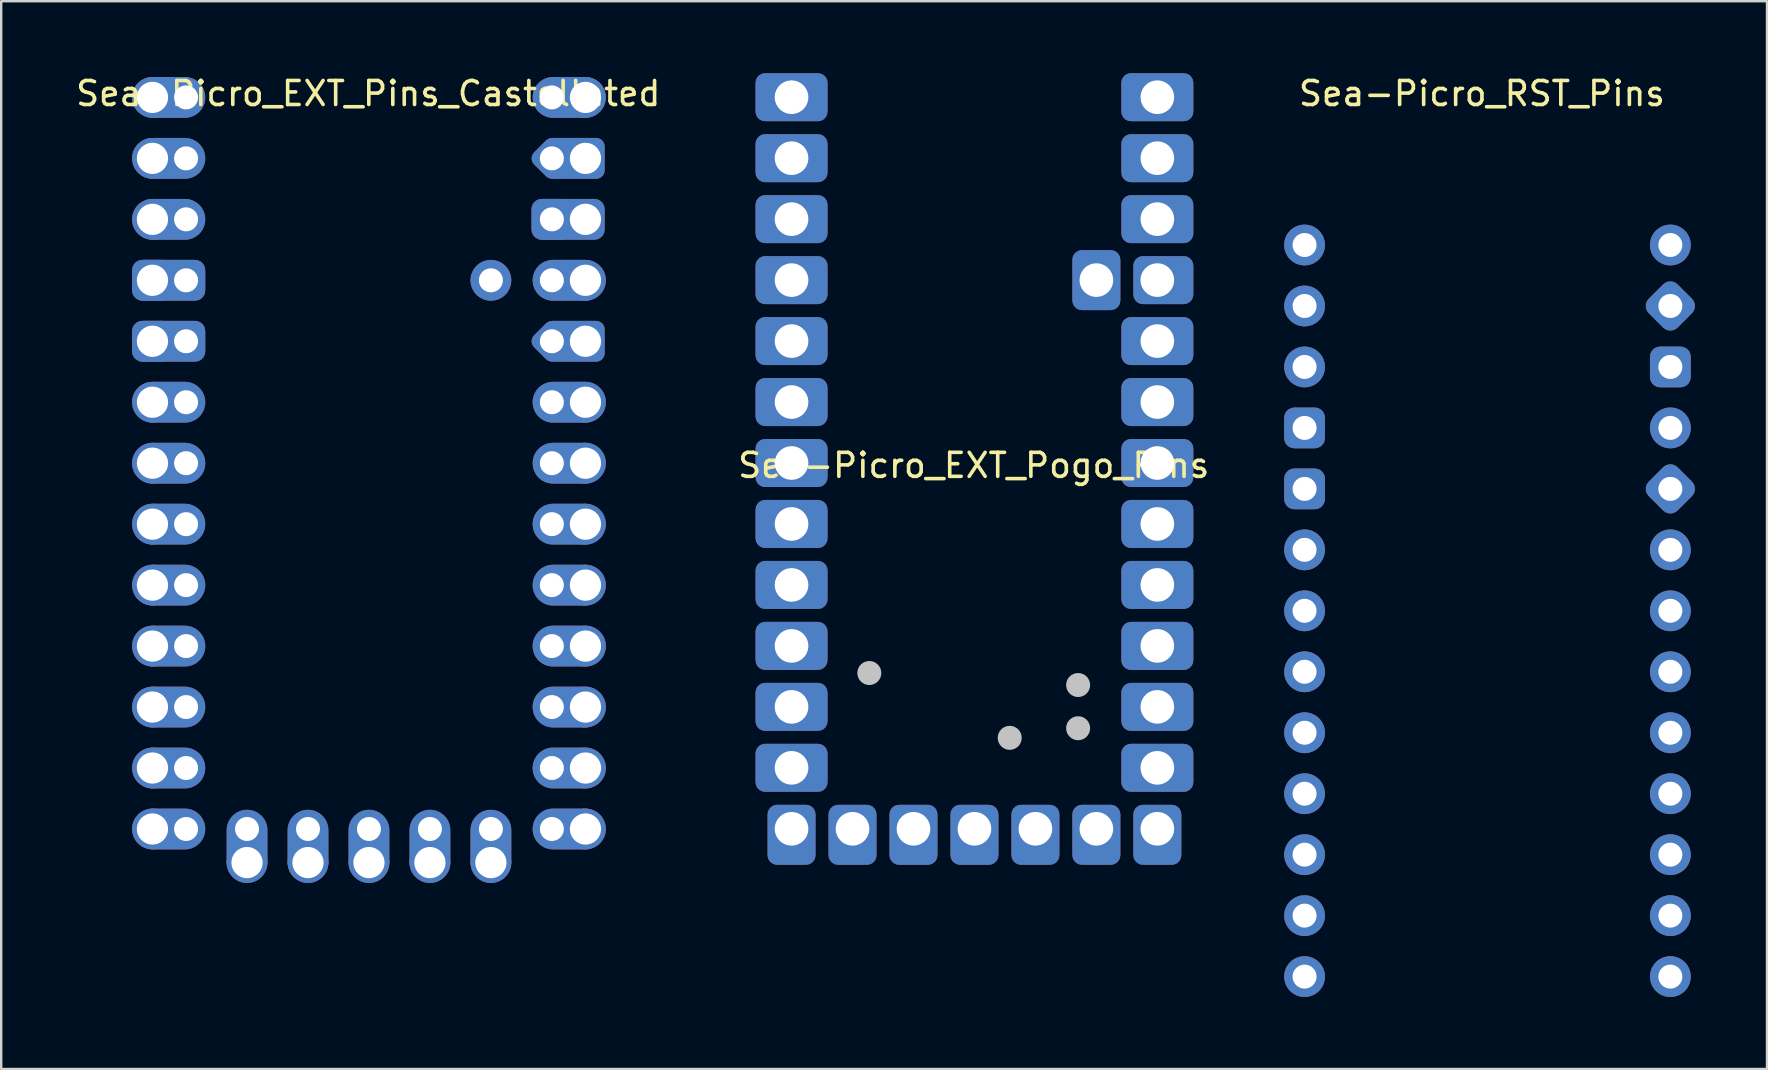
<source format=kicad_pcb>
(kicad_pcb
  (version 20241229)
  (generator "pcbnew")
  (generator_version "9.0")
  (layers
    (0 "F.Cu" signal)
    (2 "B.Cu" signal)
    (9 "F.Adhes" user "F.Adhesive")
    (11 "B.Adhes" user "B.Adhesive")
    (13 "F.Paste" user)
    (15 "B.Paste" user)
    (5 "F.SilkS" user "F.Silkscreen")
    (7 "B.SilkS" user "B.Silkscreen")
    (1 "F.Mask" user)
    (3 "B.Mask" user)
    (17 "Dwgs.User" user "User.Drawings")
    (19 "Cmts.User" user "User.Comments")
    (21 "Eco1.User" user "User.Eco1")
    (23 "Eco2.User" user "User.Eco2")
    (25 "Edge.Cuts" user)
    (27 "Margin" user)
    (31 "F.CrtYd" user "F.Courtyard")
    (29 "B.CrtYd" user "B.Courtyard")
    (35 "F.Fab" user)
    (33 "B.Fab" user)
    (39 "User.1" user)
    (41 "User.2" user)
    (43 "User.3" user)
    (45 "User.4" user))
  (footprint "Sea-Picro_RST_Pins"
    (layer "F.Cu")
    (at 58.892 22.398)
    (property "Reference" "Sea-Picro_RST_Pins" (at -0.2 -21.55 0) (unlocked yes) (layer "F.SilkS") (effects (font (size 1 1) (thickness 0.15))))
    (attr through_hole)
    (pad "1" thru_hole circle (at -7.59 -15.24) (size 1.7 1.7) (drill 1) (layers "*.Cu" "*.Mask"))
    (pad "2" thru_hole circle (at -7.59 -12.7 180) (size 1.7 1.7) (drill 1) (layers "*.Cu" "*.Mask"))
    (pad "3" thru_hole circle (at -7.59 -10.16 180) (size 1.7 1.7) (drill 1) (layers "*.Cu" "*.Mask"))
    (pad "4" thru_hole roundrect (at -7.59 -7.62 180) (size 1.7 1.7) (drill 1) (layers "*.Cu" "*.Mask") (roundrect_rratio 0.25))
    (pad "5" thru_hole roundrect (at -7.59 -5.08 180) (size 1.7 1.7) (drill 1) (layers "*.Cu" "*.Mask") (roundrect_rratio 0.25))
    (pad "6" thru_hole circle (at -7.59 -2.54 180) (size 1.7 1.7) (drill 1) (layers "*.Cu" "*.Mask"))
    (pad "7" thru_hole circle (at -7.59 0 180) (size 1.7 1.7) (drill 1) (layers "*.Cu" "*.Mask"))
    (pad "8" thru_hole circle (at -7.59 2.54 180) (size 1.7 1.7) (drill 1) (layers "*.Cu" "*.Mask"))
    (pad "9" thru_hole circle (at -7.59 5.08 180) (size 1.7 1.7) (drill 1) (layers "*.Cu" "*.Mask"))
    (pad "10" thru_hole circle (at -7.59 7.62 180) (size 1.7 1.7) (drill 1) (layers "*.Cu" "*.Mask"))
    (pad "11" thru_hole circle (at -7.59 10.16 180) (size 1.7 1.7) (drill 1) (layers "*.Cu" "*.Mask"))
    (pad "12" thru_hole circle (at -7.59 12.7 180) (size 1.7 1.7) (drill 1) (layers "*.Cu" "*.Mask"))
    (pad "13" thru_hole circle (at -7.59 15.24 180) (size 1.7 1.7) (drill 1) (layers "*.Cu" "*.Mask"))
    (pad "19" thru_hole circle (at 7.65 15.24) (size 1.7 1.7) (drill 1) (layers "*.Cu" "*.Mask"))
    (pad "20" thru_hole circle (at 7.65 12.7) (size 1.7 1.7) (drill 1) (layers "*.Cu" "*.Mask"))
    (pad "21" thru_hole circle (at 7.65 10.16) (size 1.7 1.7) (drill 1) (layers "*.Cu" "*.Mask"))
    (pad "22" thru_hole circle (at 7.65 7.62) (size 1.7 1.7) (drill 1) (layers "*.Cu" "*.Mask"))
    (pad "23" thru_hole circle (at 7.65 5.08) (size 1.7 1.7) (drill 1) (layers "*.Cu" "*.Mask"))
    (pad "24" thru_hole circle (at 7.65 2.54) (size 1.7 1.7) (drill 1) (layers "*.Cu" "*.Mask"))
    (pad "25" thru_hole circle (at 7.65 0) (size 1.7 1.7) (drill 1) (layers "*.Cu" "*.Mask"))
    (pad "26" thru_hole circle (at 7.65 -2.54) (size 1.7 1.7) (drill 1) (layers "*.Cu" "*.Mask"))
    (pad "27" thru_hole roundrect (at 7.65 -5.08 45) (size 1.7 1.7) (drill 1) (layers "*.Cu" "*.Mask") (roundrect_rratio 0.25))
    (pad "28" thru_hole circle (at 7.65 -7.62) (size 1.7 1.7) (drill 1) (layers "*.Cu" "*.Mask"))
    (pad "29" thru_hole roundrect (at 7.65 -10.16) (size 1.7 1.7) (drill 1) (layers "*.Cu" "*.Mask") (roundrect_rratio 0.25))
    (pad "30" thru_hole roundrect (at 7.65 -12.7 45) (size 1.7 1.7) (drill 1) (layers "*.Cu" "*.Mask") (roundrect_rratio 0.25))
    (pad "31" thru_hole circle (at 7.65 -15.24) (size 1.7 1.7) (drill 1) (layers "*.Cu" "*.Mask")))
  (footprint "Sea-Picro_EXT_Pogo_Pins"
    (layer "F.Cu")
    (at 37.468 16.29)
    (property "Reference" "Sea-Picro_EXT_Pogo_Pins" (at 0.05 0.05 0) (unlocked yes) (layer "F.SilkS") (effects (font (size 1 1) (thickness 0.15))))
    (attr through_hole)
    (pad "" smd circle (at -4.3 8.7 180) (size 1 1) (layers "Dwgs.User"))
    (pad "" smd circle (at 1.55 11.4 90) (size 1 1) (layers "Dwgs.User"))
    (pad "" smd circle (at 4.4 9.2 180) (size 1 1) (layers "Dwgs.User"))
    (pad "" smd circle (at 4.4 11 90) (size 1 1) (layers "Dwgs.User"))
    (pad "1" thru_hole roundrect (at -7.54 -15.29) (size 3 2) (drill 1.4) (layers "*.Cu" "*.Mask") (roundrect_rratio 0.2))
    (pad "2" thru_hole roundrect (at -7.54 -12.75) (size 3 2) (drill 1.4) (layers "*.Cu" "*.Mask") (roundrect_rratio 0.2))
    (pad "3" thru_hole roundrect (at -7.54 -10.21) (size 3 2) (drill 1.4) (layers "*.Cu" "*.Mask") (roundrect_rratio 0.2))
    (pad "4" thru_hole roundrect (at -7.54 -7.67) (size 3 2) (drill 1.4) (layers "*.Cu" "*.Mask") (roundrect_rratio 0.2))
    (pad "5" thru_hole roundrect (at -7.54 -5.13) (size 3 2) (drill 1.4) (layers "*.Cu" "*.Mask") (roundrect_rratio 0.2))
    (pad "6" thru_hole roundrect (at -7.54 -2.59) (size 3 2) (drill 1.4) (layers "*.Cu" "*.Mask") (roundrect_rratio 0.2))
    (pad "7" thru_hole roundrect (at -7.54 -0.05) (size 3 2) (drill 1.4) (layers "*.Cu" "*.Mask") (roundrect_rratio 0.2))
    (pad "8" thru_hole roundrect (at -7.54 2.49) (size 3 2) (drill 1.4) (layers "*.Cu" "*.Mask") (roundrect_rratio 0.2))
    (pad "9" thru_hole roundrect (at -7.54 5.03) (size 3 2) (drill 1.4) (layers "*.Cu" "*.Mask") (roundrect_rratio 0.2))
    (pad "10" thru_hole roundrect (at -7.54 7.57) (size 3 2) (drill 1.4) (layers "*.Cu" "*.Mask") (roundrect_rratio 0.2))
    (pad "11" thru_hole roundrect (at -7.54 10.11) (size 3 2) (drill 1.4) (layers "*.Cu" "*.Mask") (roundrect_rratio 0.2))
    (pad "12" thru_hole roundrect (at -7.54 12.65) (size 3 2) (drill 1.4) (layers "*.Cu" "*.Mask") (roundrect_rratio 0.2))
    (pad "13" thru_hole roundrect (at -7.54 15.19 90) (size 2.5 2) (drill 1.4 (offset -0.25 0)) (layers "*.Cu" "*.Mask") (roundrect_rratio 0.2))
    (pad "14" thru_hole roundrect (at -5 15.19 90) (size 2.5 2) (drill 1.4 (offset -0.25 0)) (layers "*.Cu" "*.Mask") (roundrect_rratio 0.2))
    (pad "15" thru_hole roundrect (at -2.46 15.19 90) (size 2.5 2) (drill 1.4 (offset -0.25 0)) (layers "*.Cu" "*.Mask") (roundrect_rratio 0.2))
    (pad "16" thru_hole roundrect (at 0.08 15.19 90) (size 2.5 2) (drill 1.4 (offset -0.25 0)) (layers "*.Cu" "*.Mask") (roundrect_rratio 0.2))
    (pad "17" thru_hole roundrect (at 2.62 15.19 90) (size 2.5 2) (drill 1.4 (offset -0.25 0)) (layers "*.Cu" "*.Mask") (roundrect_rratio 0.2))
    (pad "18" thru_hole roundrect (at 5.16 15.19 90) (size 2.5 2) (drill 1.4 (offset -0.25 0)) (layers "*.Cu" "*.Mask") (roundrect_rratio 0.2))
    (pad "19" thru_hole roundrect (at 7.7 15.19 90) (size 2.5 2) (drill 1.4 (offset -0.25 0)) (layers "*.Cu" "*.Mask") (roundrect_rratio 0.2))
    (pad "20" thru_hole roundrect (at 7.7 12.65) (size 3 2) (drill 1.4) (layers "*.Cu" "*.Mask") (roundrect_rratio 0.2))
    (pad "21" thru_hole roundrect (at 7.7 10.11) (size 3 2) (drill 1.4) (layers "*.Cu" "*.Mask") (roundrect_rratio 0.2))
    (pad "22" thru_hole roundrect (at 7.7 7.57) (size 3 2) (drill 1.4) (layers "*.Cu" "*.Mask") (roundrect_rratio 0.2))
    (pad "23" thru_hole roundrect (at 7.7 5.03) (size 3 2) (drill 1.4) (layers "*.Cu" "*.Mask") (roundrect_rratio 0.2))
    (pad "24" thru_hole roundrect (at 7.7 2.49) (size 3 2) (drill 1.4) (layers "*.Cu" "*.Mask") (roundrect_rratio 0.2))
    (pad "25" thru_hole roundrect (at 7.7 -0.05) (size 3 2) (drill 1.4) (layers "*.Cu" "*.Mask") (roundrect_rratio 0.2))
    (pad "26" thru_hole roundrect (at 7.7 -2.59) (size 3 2) (drill 1.4) (layers "*.Cu" "*.Mask") (roundrect_rratio 0.2))
    (pad "27" thru_hole roundrect (at 7.7 -5.13) (size 3 2) (drill 1.4) (layers "*.Cu" "*.Mask") (roundrect_rratio 0.2))
    (pad "28" thru_hole roundrect (at 7.7 -7.67) (size 2.5 2) (drill 1.4 (offset 0.25 0)) (layers "*.Cu" "*.Mask") (roundrect_rratio 0.2))
    (pad "29" thru_hole roundrect (at 7.7 -10.21) (size 3 2) (drill 1.4) (layers "*.Cu" "*.Mask") (roundrect_rratio 0.2))
    (pad "30" thru_hole roundrect (at 7.7 -12.75) (size 3 2) (drill 1.4) (layers "*.Cu" "*.Mask") (roundrect_rratio 0.2))
    (pad "31" thru_hole roundrect (at 7.7 -15.29) (size 3 2) (drill 1.4) (layers "*.Cu" "*.Mask") (roundrect_rratio 0.2))
    (pad "32" thru_hole roundrect (at 5.16 -7.67 90) (size 2.5 2) (drill 1.4) (layers "*.Cu" "*.Mask") (roundrect_rratio 0.2)))
  (footprint "Sea-Picro_EXT_Pins_Castellated"
    (layer "F.Cu")
    (at 12.292 16.248)
    (property "Reference" "Sea-Picro_EXT_Pins_Castellated" (at 0 -15.4 0) (unlocked yes) (layer "F.SilkS") (effects (font (size 1 1) (thickness 0.15))))
    (attr through_hole)
    (pad "1" thru_hole circle (at -8.99 -15.24) (size 1.7 1.7) (drill 1.3) (property pad_prop_castellated) (layers "*.Cu" "*.Mask"))
    (pad "1" thru_hole oval (at -7.59 -15.24) (size 3 1.7) (drill 1 (offset -0.7 0)) (layers "*.Cu" "*.Mask"))
    (pad "2" thru_hole circle (at -8.99 -12.7 180) (size 1.7 1.7) (drill 1.3) (property pad_prop_castellated) (layers "*.Cu" "*.Mask"))
    (pad "2" thru_hole oval (at -7.59 -12.7) (size 3 1.7) (drill 1 (offset -0.7 0)) (layers "*.Cu" "*.Mask"))
    (pad "3" thru_hole circle (at -8.99 -10.16 180) (size 1.7 1.7) (drill 1.3) (property pad_prop_castellated) (layers "*.Cu" "*.Mask"))
    (pad "3" thru_hole oval (at -7.59 -10.16) (size 3 1.7) (drill 1 (offset -0.7 0)) (layers "*.Cu" "*.Mask"))
    (pad "4" thru_hole roundrect (at -8.99 -7.62 180) (size 1.7 1.7) (drill 1.3) (property pad_prop_castellated) (layers "*.Cu" "*.Mask") (roundrect_rratio 0.25))
    (pad "4" thru_hole roundrect (at -7.59 -7.62) (size 3 1.7) (drill 1 (offset -0.7 0)) (layers "*.Cu" "*.Mask") (roundrect_rratio 0.25))
    (pad "5" thru_hole roundrect (at -8.99 -5.08 180) (size 1.7 1.7) (drill 1.3) (property pad_prop_castellated) (layers "*.Cu" "*.Mask") (roundrect_rratio 0.25))
    (pad "5" thru_hole roundrect (at -7.59 -5.08) (size 3 1.7) (drill 1 (offset -0.7 0)) (layers "*.Cu" "*.Mask") (roundrect_rratio 0.25))
    (pad "6" thru_hole circle (at -8.99 -2.54 180) (size 1.7 1.7) (drill 1.3) (property pad_prop_castellated) (layers "*.Cu" "*.Mask"))
    (pad "6" thru_hole oval (at -7.59 -2.54) (size 3 1.7) (drill 1 (offset -0.7 0)) (layers "*.Cu" "*.Mask"))
    (pad "7" thru_hole circle (at -8.99 0 180) (size 1.7 1.7) (drill 1.3) (property pad_prop_castellated) (layers "*.Cu" "*.Mask"))
    (pad "7" thru_hole oval (at -7.59 0) (size 3 1.7) (drill 1 (offset -0.7 0)) (layers "*.Cu" "*.Mask"))
    (pad "8" thru_hole circle (at -8.99 2.54 180) (size 1.7 1.7) (drill 1.3) (property pad_prop_castellated) (layers "*.Cu" "*.Mask"))
    (pad "8" thru_hole oval (at -7.59 2.54) (size 3 1.7) (drill 1 (offset -0.7 0)) (layers "*.Cu" "*.Mask"))
    (pad "9" thru_hole circle (at -8.99 5.08 180) (size 1.7 1.7) (drill 1.3) (property pad_prop_castellated) (layers "*.Cu" "*.Mask"))
    (pad "9" thru_hole oval (at -7.59 5.08) (size 3 1.7) (drill 1 (offset -0.7 0)) (layers "*.Cu" "*.Mask"))
    (pad "10" thru_hole circle (at -8.99 7.62 180) (size 1.7 1.7) (drill 1.3) (property pad_prop_castellated) (layers "*.Cu" "*.Mask"))
    (pad "10" thru_hole oval (at -7.59 7.62) (size 3 1.7) (drill 1 (offset -0.7 0)) (layers "*.Cu" "*.Mask"))
    (pad "11" thru_hole circle (at -8.99 10.16 180) (size 1.7 1.7) (drill 1.3) (property pad_prop_castellated) (layers "*.Cu" "*.Mask"))
    (pad "11" thru_hole oval (at -7.59 10.16) (size 3 1.7) (drill 1 (offset -0.7 0)) (layers "*.Cu" "*.Mask"))
    (pad "12" thru_hole circle (at -8.99 12.7 180) (size 1.7 1.7) (drill 1.3) (property pad_prop_castellated) (layers "*.Cu" "*.Mask"))
    (pad "12" thru_hole oval (at -7.59 12.7) (size 3 1.7) (drill 1 (offset -0.7 0)) (layers "*.Cu" "*.Mask"))
    (pad "13" thru_hole circle (at -8.99 15.24 180) (size 1.7 1.7) (drill 1.3) (property pad_prop_castellated) (layers "*.Cu" "*.Mask"))
    (pad "13" thru_hole oval (at -7.59 15.24) (size 3 1.7) (drill 1 (offset -0.7 0)) (layers "*.Cu" "*.Mask"))
    (pad "14" thru_hole oval (at -5.05 15.24) (size 1.7 3) (drill 1 (offset 0 0.7)) (layers "*.Cu" "*.Mask"))
    (pad "14" thru_hole circle (at -5.05 16.64 90) (size 1.7 1.7) (drill 1.3) (property pad_prop_castellated) (layers "*.Cu" "*.Mask"))
    (pad "15" thru_hole oval (at -2.51 15.24) (size 1.7 3) (drill 1 (offset 0 0.7)) (layers "*.Cu" "*.Mask"))
    (pad "15" thru_hole oval (at -2.51 16.64 90) (size 1.7 1.7) (drill 1.3) (property pad_prop_castellated) (layers "*.Cu" "*.Mask"))
    (pad "16" thru_hole oval (at 0.03 15.24) (size 1.7 3) (drill 1 (offset 0 0.7)) (layers "*.Cu" "*.Mask"))
    (pad "16" thru_hole oval (at 0.03 16.64 90) (size 1.7 1.7) (drill 1.3) (property pad_prop_castellated) (layers "*.Cu" "*.Mask"))
    (pad "17" thru_hole oval (at 2.57 15.24) (size 1.7 3) (drill 1 (offset 0 0.7)) (layers "*.Cu" "*.Mask"))
    (pad "17" thru_hole oval (at 2.57 16.64 90) (size 1.7 1.7) (drill 1.3) (property pad_prop_castellated) (layers "*.Cu" "*.Mask"))
    (pad "18" thru_hole oval (at 5.11 15.24) (size 1.7 3) (drill 1 (offset 0 0.7)) (layers "*.Cu" "*.Mask"))
    (pad "18" thru_hole oval (at 5.11 16.64 90) (size 1.7 1.7) (drill 1.3) (property pad_prop_castellated) (layers "*.Cu" "*.Mask"))
    (pad "19" thru_hole oval (at 7.65 15.24) (size 3 1.7) (drill 1 (offset 0.7 0)) (layers "*.Cu" "*.Mask"))
    (pad "19" thru_hole circle (at 9.05 15.24) (size 1.7 1.7) (drill 1.3) (property pad_prop_castellated) (layers "*.Cu" "*.Mask"))
    (pad "20" thru_hole oval (at 7.65 12.7) (size 3 1.7) (drill 1 (offset 0.7 0)) (layers "*.Cu" "*.Mask"))
    (pad "20" thru_hole circle (at 9.05 12.7) (size 1.7 1.7) (drill 1.3) (property pad_prop_castellated) (layers "*.Cu" "*.Mask"))
    (pad "21" thru_hole oval (at 7.65 10.16) (size 3 1.7) (drill 1 (offset 0.7 0)) (layers "*.Cu" "*.Mask"))
    (pad "21" thru_hole circle (at 9.05 10.16) (size 1.7 1.7) (drill 1.3) (property pad_prop_castellated) (layers "*.Cu" "*.Mask"))
    (pad "22" thru_hole oval (at 7.65 7.62) (size 3 1.7) (drill 1 (offset 0.7 0)) (layers "*.Cu" "*.Mask"))
    (pad "22" thru_hole circle (at 9.05 7.62) (size 1.7 1.7) (drill 1.3) (property pad_prop_castellated) (layers "*.Cu" "*.Mask"))
    (pad "23" thru_hole oval (at 7.65 5.08) (size 3 1.7) (drill 1 (offset 0.7 0)) (layers "*.Cu" "*.Mask"))
    (pad "23" thru_hole circle (at 9.05 5.08) (size 1.7 1.7) (drill 1.3) (property pad_prop_castellated) (layers "*.Cu" "*.Mask"))
    (pad "24" thru_hole oval (at 7.65 2.54) (size 3 1.7) (drill 1 (offset 0.7 0)) (layers "*.Cu" "*.Mask"))
    (pad "24" thru_hole circle (at 9.05 2.54) (size 1.7 1.7) (drill 1.3) (property pad_prop_castellated) (layers "*.Cu" "*.Mask"))
    (pad "25" thru_hole oval (at 7.65 0) (size 3 1.7) (drill 1 (offset 0.7 0)) (layers "*.Cu" "*.Mask"))
    (pad "25" thru_hole circle (at 9.05 0) (size 1.7 1.7) (drill 1.3) (property pad_prop_castellated) (layers "*.Cu" "*.Mask"))
    (pad "26" thru_hole oval (at 7.65 -2.54) (size 3 1.7) (drill 1 (offset 0.7 0)) (layers "*.Cu" "*.Mask"))
    (pad "26" thru_hole circle (at 9.05 -2.54) (size 1.7 1.7) (drill 1.3) (property pad_prop_castellated) (layers "*.Cu" "*.Mask"))
    (pad "27" thru_hole roundrect (at 7.65 -5.08 45) (size 1.4 1.4) (drill 1) (layers "*.Cu" "*.Mask") (roundrect_rratio 0.25))
    (pad "27" thru_hole roundrect (at 9.05 -5.08) (size 2.49 1.7) (drill 1.3 (offset -0.445 0)) (property pad_prop_castellated) (layers "*.Cu" "*.Mask") (roundrect_rratio 0.206))
    (pad "28" thru_hole oval (at 7.65 -7.62) (size 3 1.7) (drill 1 (offset 0.7 0)) (layers "*.Cu" "*.Mask"))
    (pad "28" thru_hole circle (at 9.05 -7.62) (size 1.7 1.7) (drill 1.3) (property pad_prop_castellated) (layers "*.Cu" "*.Mask"))
    (pad "29" thru_hole roundrect (at 7.65 -10.16) (size 1.7 1.7) (drill 1) (layers "*.Cu" "*.Mask") (roundrect_rratio 0.25))
    (pad "29" thru_hole roundrect (at 9.05 -10.16) (size 3 1.7) (drill 1.3 (offset -0.7 0)) (property pad_prop_castellated) (layers "*.Cu" "*.Mask") (roundrect_rratio 0.25))
    (pad "30" thru_hole roundrect (at 7.65 -12.7 45) (size 1.4 1.4) (drill 1) (layers "*.Cu" "*.Mask") (roundrect_rratio 0.25))
    (pad "30" thru_hole roundrect (at 9.05 -12.7) (size 2.505 1.7) (drill 1.3 (offset -0.453 0)) (property pad_prop_castellated) (layers "*.Cu" "*.Mask") (roundrect_rratio 0.206))
    (pad "31" thru_hole oval (at 7.65 -15.24) (size 3 1.7) (drill 1 (offset 0.7 0)) (layers "*.Cu" "*.Mask"))
    (pad "31" thru_hole circle (at 9.05 -15.24) (size 1.7 1.7) (drill 1.3) (property pad_prop_castellated) (layers "*.Cu" "*.Mask"))
    (pad "32" thru_hole circle (at 5.11 -7.62) (size 1.7 1.7) (drill 1) (layers "*.Cu" "*.Mask")))
  (gr_rect
    (start -3 -3)
    (end 70.568 41.488)
    (stroke (width 0.1) (type default))
    (fill no)
    (layer "Edge.Cuts")))
</source>
